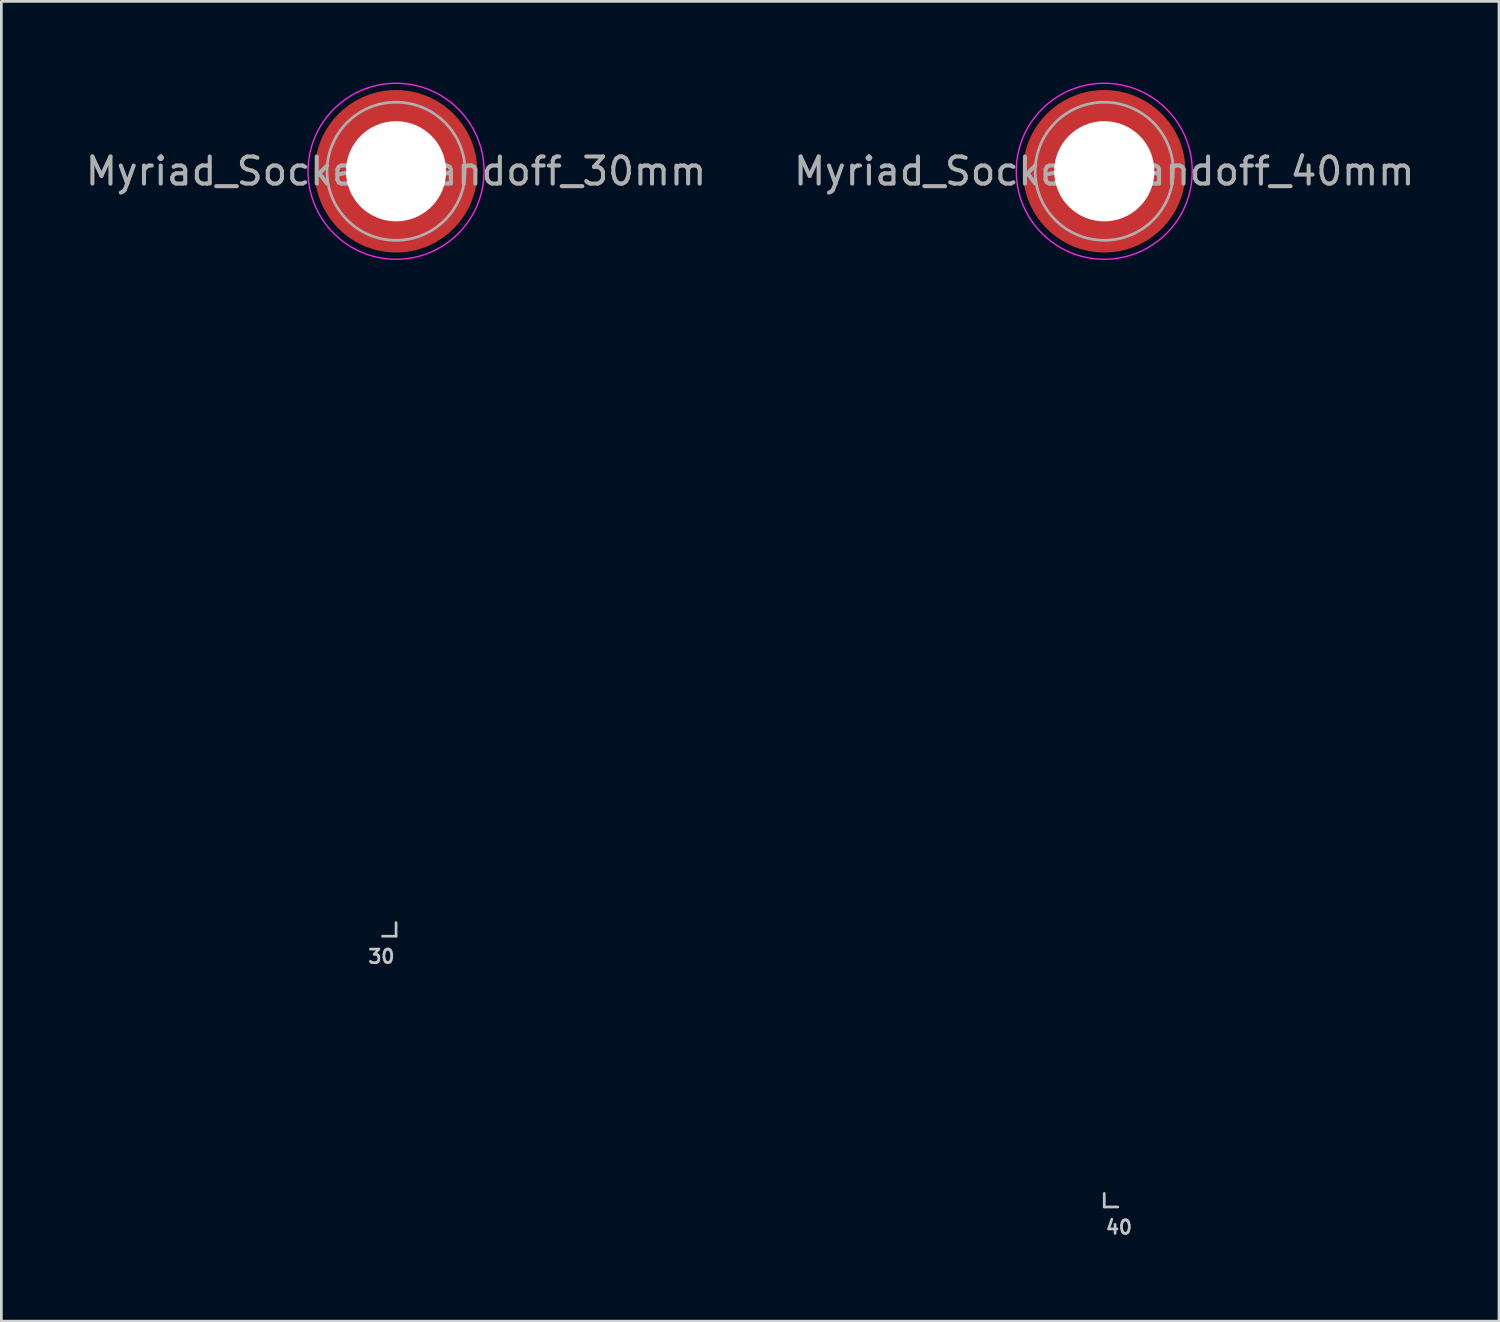
<source format=kicad_pcb>
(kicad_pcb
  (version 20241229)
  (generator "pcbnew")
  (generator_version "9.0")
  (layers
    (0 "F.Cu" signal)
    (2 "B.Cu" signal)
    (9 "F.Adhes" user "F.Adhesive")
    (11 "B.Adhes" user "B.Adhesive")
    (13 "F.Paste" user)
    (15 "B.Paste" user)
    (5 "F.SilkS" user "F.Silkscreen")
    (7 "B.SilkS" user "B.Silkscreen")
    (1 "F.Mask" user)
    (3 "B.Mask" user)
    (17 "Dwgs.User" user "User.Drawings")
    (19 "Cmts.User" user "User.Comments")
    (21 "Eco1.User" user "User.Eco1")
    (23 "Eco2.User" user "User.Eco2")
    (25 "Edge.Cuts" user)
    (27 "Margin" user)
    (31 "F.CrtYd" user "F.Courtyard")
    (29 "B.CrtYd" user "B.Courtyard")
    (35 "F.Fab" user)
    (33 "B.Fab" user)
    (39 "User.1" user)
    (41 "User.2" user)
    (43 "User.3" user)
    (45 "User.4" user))
  (footprint "Myriad_Socket_Standoff_40mm"
    (layer "F.Cu")
    (at 37.732 3.275)
    (property "Reference" "Myriad_Socket_Standoff_40mm" (at 0 0 0) (layer "F.Fab") (effects (font (size 1 1) (thickness 0.15))))
    (attr smd)
    (fp_line (start 0 37.75) (end 0 38.25) (stroke (width 0.1) (type solid)) (layer "Dwgs.User"))
    (fp_line (start 0 38.25) (end 0.5 38.25) (stroke (width 0.1) (type solid)) (layer "Dwgs.User"))
    (fp_circle (center 0 0) (end 3.25 0) (stroke (width 0.05) (type solid)) (fill no) (layer "F.CrtYd"))
    (fp_circle (center 0 0) (end 2.55 0) (stroke (width 0.1) (type solid)) (fill no) (layer "F.Fab"))
    (fp_text user "40" (at 0 39 0) (unlocked yes) (layer "Dwgs.User") (effects (font (size 0.5 0.5) (thickness 0.1)) (justify left)))
    (pad "" smd custom (at -1.704 -1.704) (size 0.62 0.62) (layers "F.Paste") (options (anchor circle)) (primitives (gr_arc (start -0.250195 1.279127) (mid 0.285453 0.294389) (end 1.266786 -0.24747) (width 0.2)) (gr_arc (start -0.34334 1.279127) (mid 0.222305 0.228677) (end 1.270308 -0.34149) (width 0.2)) (gr_arc (start -0.436309 1.279127) (mid 0.157844 0.164288) (end 1.270192 -0.434516) (width 0.2)) (gr_arc (start -0.529126 1.279127) (mid 0.094529 0.098748) (end 1.273266 -0.528003) (width 0.2)) (gr_arc (start -0.621807 1.279127) (mid 0.0309 0.033527) (end 1.275473 -0.621136) (width 0.2)) (gr_arc (start -0.71437 1.279127) (mid -0.034736 -0.029687) (end 1.272097 -0.713124) (width 0.2)) (gr_arc (start -0.806826 1.279127) (mid -0.102703 -0.090553) (end 1.262195 -0.803901) (width 0.2)) (gr_arc (start -0.899187 1.279127) (mid -0.163608 -0.158518) (end 1.272024 -0.898017) (width 0.2)) (gr_arc (start -0.991463 1.279127) (mid -0.228522 -0.222449) (end 1.270645 -0.990112) (width 0.2)) (gr_arc (start -1.083663 1.279127) (mid -0.294506 -0.285315) (end 1.266281 -1.081676) (width 0.2)) (gr_line (start 1.279 -0.25) (end 1.279 -1.084) (width 0.2)) (gr_line (start -0.25 1.279) (end -1.084 1.279) (width 0.2))))
    (pad "" smd custom (at -1.704 1.704) (size 0.62 0.62) (layers "F.Paste") (options (anchor circle)) (primitives (gr_arc (start 1.279127 0.250195) (mid 0.291915 -0.287915) (end -0.248985 -1.273601) (width 0.2)) (gr_arc (start 1.279127 0.34334) (mid 0.228677 -0.222305) (end -0.34149 -1.270308) (width 0.2)) (gr_arc (start 1.279127 0.436309) (mid 0.164288 -0.157844) (end -0.434516 -1.270192) (width 0.2)) (gr_arc (start 1.279127 0.529126) (mid 0.098748 -0.094529) (end -0.528003 -1.273266) (width 0.2)) (gr_arc (start 1.279127 0.621807) (mid 0.033527 -0.0309) (end -0.621136 -1.275473) (width 0.2)) (gr_arc (start 1.279127 0.71437) (mid -0.029687 0.034736) (end -0.713124 -1.272097) (width 0.2)) (gr_arc (start 1.279127 0.806826) (mid -0.090553 0.102703) (end -0.803901 -1.262195) (width 0.2)) (gr_arc (start 1.279127 0.899187) (mid -0.158518 0.163608) (end -0.898017 -1.272024) (width 0.2)) (gr_arc (start 1.279127 0.991463) (mid -0.222449 0.228522) (end -0.990112 -1.270645) (width 0.2)) (gr_arc (start 1.279127 1.083663) (mid -0.285313 0.294507) (end -1.081674 -1.266278) (width 0.2)) (gr_line (start -0.25 -1.279) (end -1.084 -1.279) (width 0.2)) (gr_line (start 1.279 0.25) (end 1.279 1.084) (width 0.2))))
    (pad "" np_thru_hole circle (at 0 0) (size 3.7 3.7) (drill 3.7) (layers "*.Cu" "*.Mask"))
    (pad "" smd custom (at 1.704 -1.704) (size 0.62 0.62) (layers "F.Paste") (options (anchor circle)) (primitives (gr_arc (start -1.279127 -0.250195) (mid -0.293155 0.28668) (end 0.248227 1.270184) (width 0.2)) (gr_arc (start -1.279127 -0.34334) (mid -0.228677 0.222305) (end 0.34149 1.270308) (width 0.2)) (gr_arc (start -1.279127 -0.436309) (mid -0.164288 0.157844) (end 0.434516 1.270192) (width 0.2)) (gr_arc (start -1.279127 -0.529126) (mid -0.098748 0.094529) (end 0.528003 1.273266) (width 0.2)) (gr_arc (start -1.279127 -0.621807) (mid -0.033527 0.0309) (end 0.621136 1.275473) (width 0.2)) (gr_arc (start -1.279127 -0.71437) (mid 0.029687 -0.034736) (end 0.713124 1.272097) (width 0.2)) (gr_arc (start -1.279127 -0.806826) (mid 0.090553 -0.102703) (end 0.803901 1.262195) (width 0.2)) (gr_arc (start -1.279127 -0.899187) (mid 0.158518 -0.163607) (end 0.898018 1.272025) (width 0.2)) (gr_arc (start -1.279127 -0.991463) (mid 0.222448 -0.228524) (end 0.990112 1.270641) (width 0.2)) (gr_arc (start -1.279127 -1.083663) (mid 0.285315 -0.294506) (end 1.081676 1.266281) (width 0.2)) (gr_line (start 0.25 1.279) (end 1.084 1.279) (width 0.2)) (gr_line (start -1.279 -0.25) (end -1.279 -1.084) (width 0.2))))
    (pad "" smd custom (at 1.704 1.704) (size 0.62 0.62) (layers "F.Paste") (options (anchor circle)) (primitives (gr_arc (start 0.250195 -1.279127) (mid -0.28668 -0.293155) (end -1.270184 0.248227) (width 0.2)) (gr_arc (start 0.34334 -1.279127) (mid -0.222305 -0.228677) (end -1.270308 0.34149) (width 0.2)) (gr_arc (start 0.436309 -1.279127) (mid -0.157844 -0.164288) (end -1.270192 0.434516) (width 0.2)) (gr_arc (start 0.529126 -1.279127) (mid -0.094529 -0.098748) (end -1.273266 0.528003) (width 0.2)) (gr_arc (start 0.621807 -1.279127) (mid -0.0309 -0.033527) (end -1.275473 0.621136) (width 0.2)) (gr_arc (start 0.71437 -1.279127) (mid 0.034736 0.029687) (end -1.272097 0.713124) (width 0.2)) (gr_arc (start 0.806826 -1.279127) (mid 0.102703 0.090553) (end -1.262195 0.803901) (width 0.2)) (gr_arc (start 0.899187 -1.279127) (mid 0.163607 0.158518) (end -1.272025 0.898018) (width 0.2)) (gr_arc (start 0.991463 -1.279127) (mid 0.228524 0.222448) (end -1.270641 0.990112) (width 0.2)) (gr_arc (start 1.083663 -1.279127) (mid 0.294506 0.285315) (end -1.266281 1.081676) (width 0.2)) (gr_line (start -1.279 0.25) (end -1.279 1.084) (width 0.2)) (gr_line (start 0.25 -1.279) (end 1.084 -1.279) (width 0.2))))
    (pad "1" smd circle (at 0 0 180) (size 6 6) (layers "F.Cu" "F.Mask")))
  (footprint "Myriad_Socket_Standoff_30mm"
    (layer "F.Cu")
    (at 11.577 3.275)
    (property "Reference" "Myriad_Socket_Standoff_30mm" (at 0 0 0) (layer "F.Fab") (effects (font (size 1 1) (thickness 0.15))))
    (attr smd)
    (fp_line (start 0 28.25) (end -0.5 28.25) (stroke (width 0.1) (type solid)) (layer "Dwgs.User"))
    (fp_line (start 0 28.25) (end 0 27.75) (stroke (width 0.1) (type solid)) (layer "Dwgs.User"))
    (fp_circle (center 0 0) (end 3.25 0) (stroke (width 0.05) (type solid)) (fill no) (layer "F.CrtYd"))
    (fp_circle (center 0 0) (end 2.55 0) (stroke (width 0.1) (type solid)) (fill no) (layer "F.Fab"))
    (fp_text user "30" (at 0 29 0) (unlocked yes) (layer "Dwgs.User") (effects (font (size 0.5 0.5) (thickness 0.1)) (justify right)))
    (pad "" smd custom (at -1.704 -1.704) (size 0.62 0.62) (layers "F.Paste") (options (anchor circle)) (primitives (gr_arc (start -0.250195 1.279127) (mid 0.285453 0.294389) (end 1.266786 -0.24747) (width 0.2)) (gr_arc (start -0.34334 1.279127) (mid 0.222304 0.228678) (end 1.270305 -0.34149) (width 0.2)) (gr_arc (start -0.436309 1.279127) (mid 0.156502 0.165637) (end 1.266463 -0.433756) (width 0.2)) (gr_arc (start -0.529126 1.279127) (mid 0.093128 0.100153) (end 1.269371 -0.527248) (width 0.2)) (gr_arc (start -0.621807 1.279127) (mid 0.0309 0.033527) (end 1.275473 -0.621136) (width 0.2)) (gr_arc (start -0.71437 1.279127) (mid -0.036247 -0.02817) (end 1.267881 -0.712367) (width 0.2)) (gr_arc (start -0.806826 1.279127) (mid -0.104268 -0.088976) (end 1.257819 -0.803126) (width 0.2)) (gr_arc (start -0.899187 1.279127) (mid -0.16361 -0.158517) (end 1.27202 -0.898017) (width 0.2)) (gr_arc (start -0.991463 1.279127) (mid -0.228522 -0.222449) (end 1.270645 -0.990112) (width 0.2)) (gr_arc (start -1.083663 1.279127) (mid -0.294507 -0.285313) (end 1.266278 -1.081674) (width 0.2)) (gr_line (start 1.279 -0.25) (end 1.279 -1.084) (width 0.2)) (gr_line (start -0.25 1.279) (end -1.084 1.279) (width 0.2))))
    (pad "" smd custom (at -1.704 1.704) (size 0.62 0.62) (layers "F.Paste") (options (anchor circle)) (primitives (gr_arc (start 1.279127 0.250195) (mid 0.291915 -0.287915) (end -0.248985 -1.273601) (width 0.2)) (gr_arc (start 1.279127 0.34334) (mid 0.228678 -0.222304) (end -0.34149 -1.270305) (width 0.2)) (gr_arc (start 1.279127 0.436309) (mid 0.165637 -0.156502) (end -0.433756 -1.266463) (width 0.2)) (gr_arc (start 1.279127 0.529126) (mid 0.100153 -0.093128) (end -0.527248 -1.269371) (width 0.2)) (gr_arc (start 1.279127 0.621807) (mid 0.033527 -0.0309) (end -0.621136 -1.275473) (width 0.2)) (gr_arc (start 1.279127 0.71437) (mid -0.02817 0.036247) (end -0.712367 -1.267881) (width 0.2)) (gr_arc (start 1.279127 0.806826) (mid -0.088976 0.104268) (end -0.803126 -1.257819) (width 0.2)) (gr_arc (start 1.279127 0.899187) (mid -0.158518 0.163608) (end -0.898017 -1.272024) (width 0.2)) (gr_arc (start 1.279127 0.991463) (mid -0.222449 0.228522) (end -0.990112 -1.270645) (width 0.2)) (gr_arc (start 1.279127 1.083663) (mid -0.285313 0.294507) (end -1.081674 -1.266278) (width 0.2)) (gr_line (start -0.25 -1.279) (end -1.084 -1.279) (width 0.2)) (gr_line (start 1.279 0.25) (end 1.279 1.084) (width 0.2))))
    (pad "" np_thru_hole circle (at 0 0) (size 3.7 3.7) (drill 3.7) (layers "*.Cu" "*.Mask"))
    (pad "" smd custom (at 1.704 -1.704) (size 0.62 0.62) (layers "F.Paste") (options (anchor circle)) (primitives (gr_arc (start -1.279127 -0.250195) (mid -0.294392 0.28545) (end 0.247467 1.266779) (width 0.2)) (gr_arc (start -1.279127 -0.34334) (mid -0.228678 0.222304) (end 0.34149 1.270305) (width 0.2)) (gr_arc (start -1.279127 -0.436309) (mid -0.165637 0.156502) (end 0.433756 1.266463) (width 0.2)) (gr_arc (start -1.279127 -0.529126) (mid -0.100153 0.093128) (end 0.527248 1.269371) (width 0.2)) (gr_arc (start -1.279127 -0.621807) (mid -0.033527 0.0309) (end 0.621136 1.275473) (width 0.2)) (gr_arc (start -1.279127 -0.71437) (mid 0.02817 -0.036247) (end 0.712367 1.267881) (width 0.2)) (gr_arc (start -1.279127 -0.806826) (mid 0.088976 -0.104268) (end 0.803126 1.257819) (width 0.2)) (gr_arc (start -1.279127 -0.899187) (mid 0.156888 -0.165231) (end 0.89726 1.267486) (width 0.2)) (gr_arc (start -1.279127 -0.991463) (mid 0.222448 -0.228524) (end 0.990112 1.270641) (width 0.2)) (gr_arc (start -1.279127 -1.083663) (mid 0.285314 -0.294508) (end 1.081675 1.266277) (width 0.2)) (gr_line (start 0.25 1.279) (end 1.084 1.279) (width 0.2)) (gr_line (start -1.279 -0.25) (end -1.279 -1.084) (width 0.2))))
    (pad "" smd custom (at 1.704 1.704) (size 0.62 0.62) (layers "F.Paste") (options (anchor circle)) (primitives (gr_arc (start 0.250195 -1.279127) (mid -0.28545 -0.294392) (end -1.266779 0.247467) (width 0.2)) (gr_arc (start 0.34334 -1.279127) (mid -0.222304 -0.228678) (end -1.270305 0.34149) (width 0.2)) (gr_arc (start 0.436309 -1.279127) (mid -0.156502 -0.165637) (end -1.266463 0.433756) (width 0.2)) (gr_arc (start 0.529126 -1.279127) (mid -0.093128 -0.100153) (end -1.269371 0.527248) (width 0.2)) (gr_arc (start 0.621807 -1.279127) (mid -0.0309 -0.033527) (end -1.275473 0.621136) (width 0.2)) (gr_arc (start 0.71437 -1.279127) (mid 0.036247 0.02817) (end -1.267881 0.712367) (width 0.2)) (gr_arc (start 0.806826 -1.279127) (mid 0.104268 0.088976) (end -1.257819 0.803126) (width 0.2)) (gr_arc (start 0.899187 -1.279127) (mid 0.165231 0.156888) (end -1.267486 0.89726) (width 0.2)) (gr_arc (start 0.991463 -1.279127) (mid 0.228524 0.222448) (end -1.270641 0.990112) (width 0.2)) (gr_arc (start 1.083663 -1.279127) (mid 0.294508 0.285314) (end -1.266277 1.081675) (width 0.2)) (gr_line (start -1.279 0.25) (end -1.279 1.084) (width 0.2)) (gr_line (start 0.25 -1.279) (end 1.084 -1.279) (width 0.2))))
    (pad "1" smd circle (at 0 0 180) (size 6 6) (layers "F.Cu" "F.Mask")))
  (gr_rect
    (start -3 -3)
    (end 52.31 45.743)
    (stroke (width 0.1) (type default))
    (fill no)
    (layer "Edge.Cuts")))
</source>
